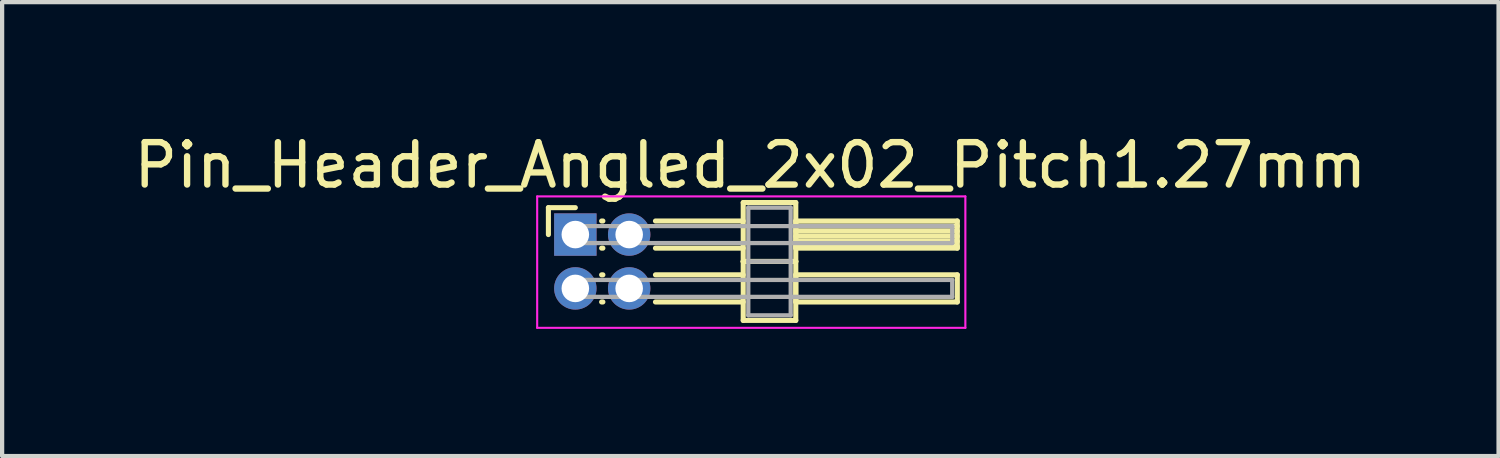
<source format=kicad_pcb>
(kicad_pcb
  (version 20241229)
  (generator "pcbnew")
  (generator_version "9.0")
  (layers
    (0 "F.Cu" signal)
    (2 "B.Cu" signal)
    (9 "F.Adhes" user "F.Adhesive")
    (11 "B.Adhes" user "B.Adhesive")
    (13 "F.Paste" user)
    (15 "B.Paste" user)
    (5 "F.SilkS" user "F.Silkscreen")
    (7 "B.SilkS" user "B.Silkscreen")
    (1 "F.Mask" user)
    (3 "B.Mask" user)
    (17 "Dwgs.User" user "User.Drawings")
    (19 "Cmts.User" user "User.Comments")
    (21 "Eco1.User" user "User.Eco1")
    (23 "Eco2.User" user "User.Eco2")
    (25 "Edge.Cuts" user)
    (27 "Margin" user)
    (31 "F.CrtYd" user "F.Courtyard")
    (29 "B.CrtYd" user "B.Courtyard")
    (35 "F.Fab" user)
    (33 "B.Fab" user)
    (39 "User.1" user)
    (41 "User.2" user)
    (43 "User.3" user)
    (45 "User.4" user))
  (footprint "Pin_Header_Angled_2x02_Pitch1.27mm"
    (layer "F.Cu")
    (at 10.521 2.483)
    (property "Reference" "Pin_Header_Angled_2x02_Pitch1.27mm" (at 4.128 -1.635 0) (layer "F.SilkS") (effects (font (size 1 1) (thickness 0.15))))
    (attr through_hole)
    (fp_line (start -0.635 -0.635) (end 0 -0.635) (stroke (width 0.12) (type solid)) (layer "F.SilkS"))
    (fp_line (start -0.635 0) (end -0.635 -0.635) (stroke (width 0.12) (type solid)) (layer "F.SilkS"))
    (fp_line (start 0.62 -0.32) (end 0.65 -0.32) (stroke (width 0.12) (type solid)) (layer "F.SilkS"))
    (fp_line (start 0.62 0.32) (end 0.65 0.32) (stroke (width 0.12) (type solid)) (layer "F.SilkS"))
    (fp_line (start 0.62 0.95) (end 0.65 0.95) (stroke (width 0.12) (type solid)) (layer "F.SilkS"))
    (fp_line (start 0.62 1.59) (end 0.65 1.59) (stroke (width 0.12) (type solid)) (layer "F.SilkS"))
    (fp_line (start 1.89 -0.32) (end 3.96 -0.32) (stroke (width 0.12) (type solid)) (layer "F.SilkS"))
    (fp_line (start 1.89 0.32) (end 3.96 0.32) (stroke (width 0.12) (type solid)) (layer "F.SilkS"))
    (fp_line (start 1.89 0.95) (end 3.96 0.95) (stroke (width 0.12) (type solid)) (layer "F.SilkS"))
    (fp_line (start 1.89 1.59) (end 3.96 1.59) (stroke (width 0.12) (type solid)) (layer "F.SilkS"))
    (fp_line (start 3.96 -0.755) (end 3.96 0.635) (stroke (width 0.12) (type solid)) (layer "F.SilkS"))
    (fp_line (start 3.96 0.635) (end 3.96 2.025) (stroke (width 0.12) (type solid)) (layer "F.SilkS"))
    (fp_line (start 3.96 0.635) (end 5.2 0.635) (stroke (width 0.12) (type solid)) (layer "F.SilkS"))
    (fp_line (start 3.96 2.025) (end 5.2 2.025) (stroke (width 0.12) (type solid)) (layer "F.SilkS"))
    (fp_line (start 5.2 -0.755) (end 3.96 -0.755) (stroke (width 0.12) (type solid)) (layer "F.SilkS"))
    (fp_line (start 5.2 -0.32) (end 5.2 0.32) (stroke (width 0.12) (type solid)) (layer "F.SilkS"))
    (fp_line (start 5.2 -0.2) (end 9.01 -0.2) (stroke (width 0.12) (type solid)) (layer "F.SilkS"))
    (fp_line (start 5.2 -0.08) (end 9.01 -0.08) (stroke (width 0.12) (type solid)) (layer "F.SilkS"))
    (fp_line (start 5.2 0.04) (end 9.01 0.04) (stroke (width 0.12) (type solid)) (layer "F.SilkS"))
    (fp_line (start 5.2 0.16) (end 9.01 0.16) (stroke (width 0.12) (type solid)) (layer "F.SilkS"))
    (fp_line (start 5.2 0.28) (end 9.01 0.28) (stroke (width 0.12) (type solid)) (layer "F.SilkS"))
    (fp_line (start 5.2 0.32) (end 9.01 0.32) (stroke (width 0.12) (type solid)) (layer "F.SilkS"))
    (fp_line (start 5.2 0.635) (end 3.96 0.635) (stroke (width 0.12) (type solid)) (layer "F.SilkS"))
    (fp_line (start 5.2 0.635) (end 5.2 -0.755) (stroke (width 0.12) (type solid)) (layer "F.SilkS"))
    (fp_line (start 5.2 0.95) (end 5.2 1.59) (stroke (width 0.12) (type solid)) (layer "F.SilkS"))
    (fp_line (start 5.2 1.59) (end 9.01 1.59) (stroke (width 0.12) (type solid)) (layer "F.SilkS"))
    (fp_line (start 5.2 2.025) (end 5.2 0.635) (stroke (width 0.12) (type solid)) (layer "F.SilkS"))
    (fp_line (start 9.01 -0.32) (end 5.2 -0.32) (stroke (width 0.12) (type solid)) (layer "F.SilkS"))
    (fp_line (start 9.01 0.32) (end 9.01 -0.32) (stroke (width 0.12) (type solid)) (layer "F.SilkS"))
    (fp_line (start 9.01 0.95) (end 5.2 0.95) (stroke (width 0.12) (type solid)) (layer "F.SilkS"))
    (fp_line (start 9.01 1.59) (end 9.01 0.95) (stroke (width 0.12) (type solid)) (layer "F.SilkS"))
    (fp_line (start -0.9 -0.9) (end -0.9 2.2) (stroke (width 0.05) (type solid)) (layer "F.CrtYd"))
    (fp_line (start -0.9 2.2) (end 9.2 2.2) (stroke (width 0.05) (type solid)) (layer "F.CrtYd"))
    (fp_line (start 9.2 -0.9) (end -0.9 -0.9) (stroke (width 0.05) (type solid)) (layer "F.CrtYd"))
    (fp_line (start 9.2 2.2) (end 9.2 -0.9) (stroke (width 0.05) (type solid)) (layer "F.CrtYd"))
    (fp_line (start 0 -0.2) (end 0 0.2) (stroke (width 0.1) (type solid)) (layer "F.Fab"))
    (fp_line (start 0 0.2) (end 8.89 0.2) (stroke (width 0.1) (type solid)) (layer "F.Fab"))
    (fp_line (start 0 1.07) (end 0 1.47) (stroke (width 0.1) (type solid)) (layer "F.Fab"))
    (fp_line (start 0 1.47) (end 8.89 1.47) (stroke (width 0.1) (type solid)) (layer "F.Fab"))
    (fp_line (start 4.08 -0.635) (end 4.08 0.635) (stroke (width 0.1) (type solid)) (layer "F.Fab"))
    (fp_line (start 4.08 0.635) (end 4.08 1.905) (stroke (width 0.1) (type solid)) (layer "F.Fab"))
    (fp_line (start 4.08 0.635) (end 5.08 0.635) (stroke (width 0.1) (type solid)) (layer "F.Fab"))
    (fp_line (start 4.08 1.905) (end 5.08 1.905) (stroke (width 0.1) (type solid)) (layer "F.Fab"))
    (fp_line (start 5.08 -0.635) (end 4.08 -0.635) (stroke (width 0.1) (type solid)) (layer "F.Fab"))
    (fp_line (start 5.08 0.635) (end 4.08 0.635) (stroke (width 0.1) (type solid)) (layer "F.Fab"))
    (fp_line (start 5.08 0.635) (end 5.08 -0.635) (stroke (width 0.1) (type solid)) (layer "F.Fab"))
    (fp_line (start 5.08 1.905) (end 5.08 0.635) (stroke (width 0.1) (type solid)) (layer "F.Fab"))
    (fp_line (start 8.89 -0.2) (end 0 -0.2) (stroke (width 0.1) (type solid)) (layer "F.Fab"))
    (fp_line (start 8.89 0.2) (end 8.89 -0.2) (stroke (width 0.1) (type solid)) (layer "F.Fab"))
    (fp_line (start 8.89 1.07) (end 0 1.07) (stroke (width 0.1) (type solid)) (layer "F.Fab"))
    (fp_line (start 8.89 1.47) (end 8.89 1.07) (stroke (width 0.1) (type solid)) (layer "F.Fab"))
    (pad "1" thru_hole rect (at 0 0) (size 1 1) (drill 0.65) (layers "*.Cu" "*.Mask"))
    (pad "2" thru_hole oval (at 1.27 0) (size 1 1) (drill 0.65) (layers "*.Cu" "*.Mask"))
    (pad "3" thru_hole oval (at 0 1.27) (size 1 1) (drill 0.65) (layers "*.Cu" "*.Mask"))
    (pad "4" thru_hole oval (at 1.27 1.27) (size 1 1) (drill 0.65) (layers "*.Cu" "*.Mask")))
  (gr_rect
    (start -3 -3)
    (end 32.298 7.708)
    (stroke (width 0.1) (type default))
    (fill no)
    (layer "Edge.Cuts")))
</source>
